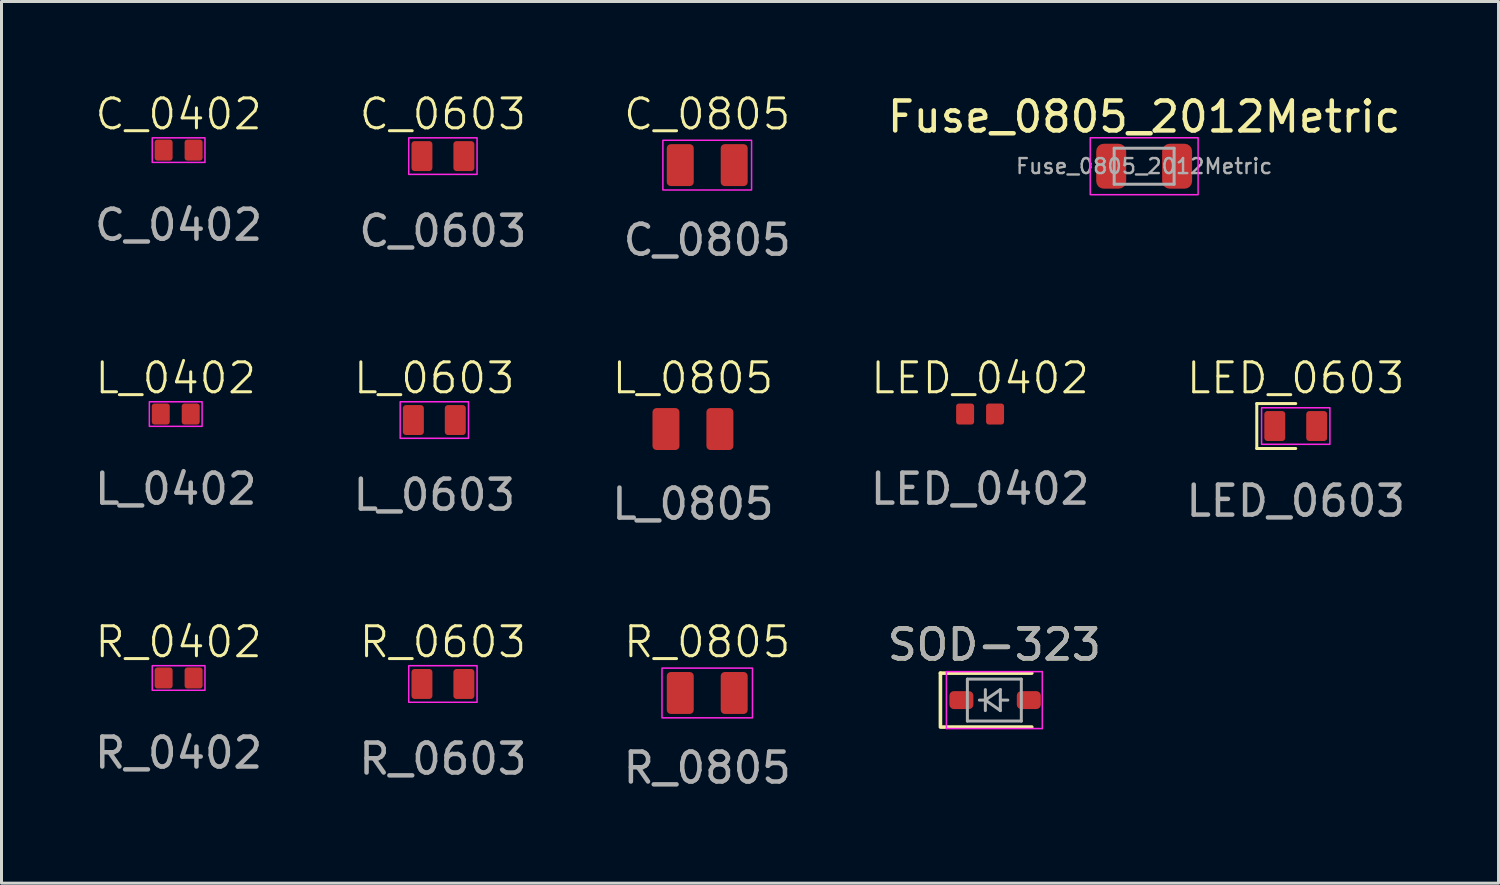
<source format=kicad_pcb>
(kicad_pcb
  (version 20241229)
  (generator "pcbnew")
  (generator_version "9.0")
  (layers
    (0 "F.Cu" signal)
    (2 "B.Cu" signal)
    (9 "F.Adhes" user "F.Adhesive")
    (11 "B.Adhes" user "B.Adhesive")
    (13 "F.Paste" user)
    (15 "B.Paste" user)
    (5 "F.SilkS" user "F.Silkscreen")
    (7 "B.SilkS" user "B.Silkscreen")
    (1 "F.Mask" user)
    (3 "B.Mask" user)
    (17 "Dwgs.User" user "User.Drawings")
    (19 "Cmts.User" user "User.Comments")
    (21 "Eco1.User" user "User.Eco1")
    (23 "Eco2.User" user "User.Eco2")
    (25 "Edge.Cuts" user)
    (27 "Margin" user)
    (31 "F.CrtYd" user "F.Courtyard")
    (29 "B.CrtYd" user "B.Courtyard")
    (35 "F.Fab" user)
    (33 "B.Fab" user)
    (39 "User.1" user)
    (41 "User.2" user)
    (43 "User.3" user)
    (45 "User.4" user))
  (footprint "SOD-323"
    (layer "F.Cu")
    (at 30.137 20.316)
    (property "Reference" "SOD-323" (at 0 -1.85 0) (layer "F.SilkS") (effects (font (size 1 1) (thickness 0.15))))
    (attr smd)
    (fp_line (start -1.8 -0.9) (end -1.8 0.85) (stroke (width 0.12) (type solid)) (layer "F.SilkS"))
    (fp_line (start -1.8 -0.9) (end 1.25 -0.9) (stroke (width 0.12) (type solid)) (layer "F.SilkS"))
    (fp_line (start -1.8 0.9) (end 1.25 0.9) (stroke (width 0.12) (type solid)) (layer "F.SilkS"))
    (fp_line (start -1.6 -0.95) (end -1.6 0.95) (stroke (width 0.05) (type solid)) (layer "F.CrtYd"))
    (fp_line (start -1.6 -0.95) (end 1.6 -0.95) (stroke (width 0.05) (type solid)) (layer "F.CrtYd"))
    (fp_line (start -1.6 0.95) (end 1.6 0.95) (stroke (width 0.05) (type solid)) (layer "F.CrtYd"))
    (fp_line (start 1.6 -0.95) (end 1.6 0.95) (stroke (width 0.05) (type solid)) (layer "F.CrtYd"))
    (fp_line (start -0.9 -0.7) (end 0.9 -0.7) (stroke (width 0.1) (type solid)) (layer "F.Fab"))
    (fp_line (start -0.9 0.7) (end -0.9 -0.7) (stroke (width 0.1) (type solid)) (layer "F.Fab"))
    (fp_line (start -0.3 -0.35) (end -0.3 0.35) (stroke (width 0.1) (type solid)) (layer "F.Fab"))
    (fp_line (start -0.3 0) (end -0.5 0) (stroke (width 0.1) (type solid)) (layer "F.Fab"))
    (fp_line (start -0.3 0) (end 0.2 -0.35) (stroke (width 0.1) (type solid)) (layer "F.Fab"))
    (fp_line (start 0.2 -0.35) (end 0.2 0.35) (stroke (width 0.1) (type solid)) (layer "F.Fab"))
    (fp_line (start 0.2 0) (end 0.45 0) (stroke (width 0.1) (type solid)) (layer "F.Fab"))
    (fp_line (start 0.2 0.35) (end -0.3 0) (stroke (width 0.1) (type solid)) (layer "F.Fab"))
    (fp_line (start 0.9 -0.7) (end 0.9 0.7) (stroke (width 0.1) (type solid)) (layer "F.Fab"))
    (fp_line (start 0.9 0.7) (end -0.9 0.7) (stroke (width 0.1) (type solid)) (layer "F.Fab"))
    (fp_text user "${REFERENCE}" (at 0 -1.85 0) (layer "F.Fab") (effects (font (size 1 1) (thickness 0.15))))
    (pad "1" smd roundrect (at -1.1 0) (size 0.8 0.6) (layers "F.Cu" "F.Mask" "F.Paste") (roundrect_rratio 0.25))
    (pad "2" smd roundrect (at 1.15 0) (size 0.8 0.6) (layers "F.Cu" "F.Mask" "F.Paste") (roundrect_rratio 0.25)))
  (footprint "R_0402"
    (layer "F.Cu")
    (at 2.911 19.578)
    (property "Reference" "R_0402" (at 0 -1.2 0) (unlocked yes) (layer "F.SilkS") (effects (font (size 1 1) (thickness 0.1))))
    (attr through_hole)
    (fp_rect (start -0.88 -0.41) (end 0.88 0.41) (stroke (width 0.05) (type default)) (fill no) (layer "F.CrtYd"))
    (fp_text user "${REFERENCE}" (at 0 2.5 0) (unlocked yes) (layer "F.Fab") (effects (font (size 1 1) (thickness 0.15))))
    (pad "1" smd roundrect (at -0.5 0) (size 0.6 0.7) (layers "F.Cu" "F.Mask" "F.Paste") (roundrect_rratio 0.15))
    (pad "2" smd roundrect (at 0.5 0) (size 0.6 0.7) (layers "F.Cu" "F.Mask" "F.Paste") (roundrect_rratio 0.15)))
  (footprint "LED_0402"
    (layer "F.Cu")
    (at 29.661 10.769)
    (property "Reference" "LED_0402" (at 0 -1.2 0) (unlocked yes) (layer "F.SilkS") (effects (font (size 1 1) (thickness 0.1))))
    (attr through_hole)
    (fp_text user "${REFERENCE}" (at 0 2.5 0) (unlocked yes) (layer "F.Fab") (effects (font (size 1 1) (thickness 0.15))))
    (pad "1" smd roundrect (at -0.5 0) (size 0.6 0.7) (layers "F.Cu" "F.Mask" "F.Paste") (roundrect_rratio 0.15))
    (pad "2" smd roundrect (at 0.5 0) (size 0.6 0.7) (layers "F.Cu" "F.Mask" "F.Paste") (roundrect_rratio 0.15)))
  (footprint "L_0805"
    (layer "F.Cu")
    (at 20.077 11.269)
    (property "Reference" "L_0805" (at 0 -1.7 0) (unlocked yes) (layer "F.SilkS") (effects (font (size 1 1) (thickness 0.1))))
    (attr through_hole)
    (fp_text user "${REFERENCE}" (at 0 2.5 0) (unlocked yes) (layer "F.Fab") (effects (font (size 1 1) (thickness 0.15))))
    (pad "1" smd roundrect (at -0.9 0) (size 0.9 1.4) (layers "F.Cu" "F.Mask" "F.Paste") (roundrect_rratio 0.15))
    (pad "2" smd roundrect (at 0.9 0) (size 0.9 1.4) (layers "F.Cu" "F.Mask" "F.Paste") (roundrect_rratio 0.15)))
  (footprint "LED_0603"
    (layer "F.Cu")
    (at 40.196 11.169)
    (property "Reference" "LED_0603" (at 0 -1.6 0) (unlocked yes) (layer "F.SilkS") (effects (font (size 1 1) (thickness 0.1))))
    (attr through_hole)
    (fp_line (start -1.3 -0.75) (end 0 -0.75) (stroke (width 0.1) (type default)) (layer "F.SilkS"))
    (fp_line (start -1.3 0.75) (end -1.3 -0.75) (stroke (width 0.1) (type default)) (layer "F.SilkS"))
    (fp_line (start -1.3 0.75) (end 0 0.75) (stroke (width 0.1) (type default)) (layer "F.SilkS"))
    (fp_rect (start -1.14 -0.61) (end 1.14 0.61) (stroke (width 0.05) (type default)) (fill no) (layer "F.CrtYd"))
    (fp_text user "${REFERENCE}" (at 0 2.5 0) (unlocked yes) (layer "F.Fab") (effects (font (size 1 1) (thickness 0.15))))
    (pad "1" smd roundrect (at -0.7 0) (size 0.7 1) (layers "F.Cu" "F.Mask" "F.Paste") (roundrect_rratio 0.15))
    (pad "2" smd roundrect (at 0.7 0) (size 0.7 1) (layers "F.Cu" "F.Mask" "F.Paste") (roundrect_rratio 0.15)))
  (footprint "R_0603"
    (layer "F.Cu")
    (at 11.732 19.778)
    (property "Reference" "R_0603" (at 0 -1.4 0) (unlocked yes) (layer "F.SilkS") (effects (font (size 1 1) (thickness 0.1))))
    (attr through_hole)
    (fp_rect (start -1.14 -0.61) (end 1.14 0.61) (stroke (width 0.05) (type default)) (fill no) (layer "F.CrtYd"))
    (fp_text user "${REFERENCE}" (at 0 2.5 0) (unlocked yes) (layer "F.Fab") (effects (font (size 1 1) (thickness 0.15))))
    (pad "1" smd roundrect (at -0.7 0) (size 0.7 1) (layers "F.Cu" "F.Mask" "F.Paste") (roundrect_rratio 0.15))
    (pad "2" smd roundrect (at 0.7 0) (size 0.7 1) (layers "F.Cu" "F.Mask" "F.Paste") (roundrect_rratio 0.15)))
  (footprint "C_0603"
    (layer "F.Cu")
    (at 11.732 2.16)
    (property "Reference" "C_0603" (at 0 -1.4 0) (unlocked yes) (layer "F.SilkS") (effects (font (size 1 1) (thickness 0.1))))
    (attr through_hole)
    (fp_rect (start -1.14 -0.61) (end 1.14 0.61) (stroke (width 0.05) (type default)) (fill no) (layer "F.CrtYd"))
    (fp_text user "${REFERENCE}" (at 0 2.5 0) (unlocked yes) (layer "F.Fab") (effects (font (size 1 1) (thickness 0.15))))
    (pad "1" smd roundrect (at -0.7 0) (size 0.7 1) (layers "F.Cu" "F.Mask" "F.Paste") (roundrect_rratio 0.15))
    (pad "2" smd roundrect (at 0.7 0) (size 0.7 1) (layers "F.Cu" "F.Mask" "F.Paste") (roundrect_rratio 0.15)))
  (footprint "L_0603"
    (layer "F.Cu")
    (at 11.446 10.969)
    (property "Reference" "L_0603" (at 0 -1.4 0) (unlocked yes) (layer "F.SilkS") (effects (font (size 1 1) (thickness 0.1))))
    (attr through_hole)
    (fp_rect (start -1.14 -0.61) (end 1.14 0.61) (stroke (width 0.05) (type default)) (fill no) (layer "F.CrtYd"))
    (fp_text user "${REFERENCE}" (at 0 2.5 0) (unlocked yes) (layer "F.Fab") (effects (font (size 1 1) (thickness 0.15))))
    (pad "1" smd roundrect (at -0.7 0) (size 0.7 1) (layers "F.Cu" "F.Mask" "F.Paste") (roundrect_rratio 0.15))
    (pad "2" smd roundrect (at 0.7 0) (size 0.7 1) (layers "F.Cu" "F.Mask" "F.Paste") (roundrect_rratio 0.15)))
  (footprint "C_0402"
    (layer "F.Cu")
    (at 2.911 1.96)
    (property "Reference" "C_0402" (at 0 -1.2 0) (unlocked yes) (layer "F.SilkS") (effects (font (size 1 1) (thickness 0.1))))
    (attr through_hole)
    (fp_rect (start -0.88 -0.41) (end 0.88 0.41) (stroke (width 0.05) (type default)) (fill no) (layer "F.CrtYd"))
    (fp_text user "${REFERENCE}" (at 0 2.5 0) (unlocked yes) (layer "F.Fab") (effects (font (size 1 1) (thickness 0.15))))
    (pad "1" smd roundrect (at -0.5 0) (size 0.6 0.7) (layers "F.Cu" "F.Mask" "F.Paste") (roundrect_rratio 0.15))
    (pad "2" smd roundrect (at 0.5 0) (size 0.6 0.7) (layers "F.Cu" "F.Mask" "F.Paste") (roundrect_rratio 0.15)))
  (footprint "C_0805"
    (layer "F.Cu")
    (at 20.554 2.461)
    (property "Reference" "C_0805" (at 0 -1.7 0) (unlocked yes) (layer "F.SilkS") (effects (font (size 1 1) (thickness 0.1))))
    (attr through_hole)
    (fp_rect (start -1.48 -0.83) (end 1.48 0.83) (stroke (width 0.05) (type default)) (fill no) (layer "F.CrtYd"))
    (fp_text user "${REFERENCE}" (at 0 2.5 0) (unlocked yes) (layer "F.Fab") (effects (font (size 1 1) (thickness 0.15))))
    (pad "1" smd roundrect (at -0.9 0) (size 0.9 1.4) (layers "F.Cu" "F.Mask" "F.Paste") (roundrect_rratio 0.15))
    (pad "2" smd roundrect (at 0.9 0) (size 0.9 1.4) (layers "F.Cu" "F.Mask" "F.Paste") (roundrect_rratio 0.15)))
  (footprint "L_0402"
    (layer "F.Cu")
    (at 2.815 10.769)
    (property "Reference" "L_0402" (at 0 -1.2 0) (unlocked yes) (layer "F.SilkS") (effects (font (size 1 1) (thickness 0.1))))
    (attr through_hole)
    (fp_rect (start -0.88 -0.41) (end 0.88 0.41) (stroke (width 0.05) (type default)) (fill no) (layer "F.CrtYd"))
    (fp_text user "${REFERENCE}" (at 0 2.5 0) (unlocked yes) (layer "F.Fab") (effects (font (size 1 1) (thickness 0.15))))
    (pad "1" smd roundrect (at -0.5 0) (size 0.6 0.7) (layers "F.Cu" "F.Mask" "F.Paste") (roundrect_rratio 0.15))
    (pad "2" smd roundrect (at 0.5 0) (size 0.6 0.7) (layers "F.Cu" "F.Mask" "F.Paste") (roundrect_rratio 0.15)))
  (footprint "Fuse_0805_2012Metric"
    (layer "F.Cu")
    (at 35.137 2.498)
    (property "Reference" "Fuse_0805_2012Metric" (at 0 -1.65 0) (layer "F.SilkS") (effects (font (size 1 1) (thickness 0.15))))
    (attr smd)
    (fp_rect (start -1.8 -0.95) (end 1.8 0.95) (stroke (width 0.05) (type default)) (fill no) (layer "F.CrtYd"))
    (fp_line (start -1 -0.6) (end 1 -0.6) (stroke (width 0.1) (type solid)) (layer "F.Fab"))
    (fp_line (start -1 0.6) (end -1 -0.6) (stroke (width 0.1) (type solid)) (layer "F.Fab"))
    (fp_line (start 1 -0.6) (end 1 0.6) (stroke (width 0.1) (type solid)) (layer "F.Fab"))
    (fp_line (start 1 0.6) (end -1 0.6) (stroke (width 0.1) (type solid)) (layer "F.Fab"))
    (fp_text user "${REFERENCE}" (at 0 0 0) (layer "F.Fab") (effects (font (size 0.5 0.5) (thickness 0.08))))
    (pad "1" smd roundrect (at -1.1 0) (size 1 1.5) (layers "F.Cu" "F.Mask" "F.Paste") (roundrect_rratio 0.25))
    (pad "2" smd roundrect (at 1.1 0) (size 1 1.5) (layers "F.Cu" "F.Mask" "F.Paste") (roundrect_rratio 0.25)))
  (footprint "R_0805"
    (layer "F.Cu")
    (at 20.554 20.078)
    (property "Reference" "R_0805" (at 0 -1.7 0) (unlocked yes) (layer "F.SilkS") (effects (font (size 1 1) (thickness 0.1))))
    (attr through_hole)
    (fp_rect (start -1.51 -0.83) (end 1.51 0.83) (stroke (width 0.05) (type default)) (fill no) (layer "F.CrtYd"))
    (fp_text user "${REFERENCE}" (at 0 2.5 0) (unlocked yes) (layer "F.Fab") (effects (font (size 1 1) (thickness 0.15))))
    (pad "1" smd roundrect (at -0.9 0) (size 0.9 1.4) (layers "F.Cu" "F.Mask" "F.Paste") (roundrect_rratio 0.15))
    (pad "2" smd roundrect (at 0.9 0) (size 0.9 1.4) (layers "F.Cu" "F.Mask" "F.Paste") (roundrect_rratio 0.15)))
  (gr_rect
    (start -3 -3)
    (end 46.964 26.426)
    (stroke (width 0.1) (type default))
    (fill no)
    (layer "Edge.Cuts")))
</source>
